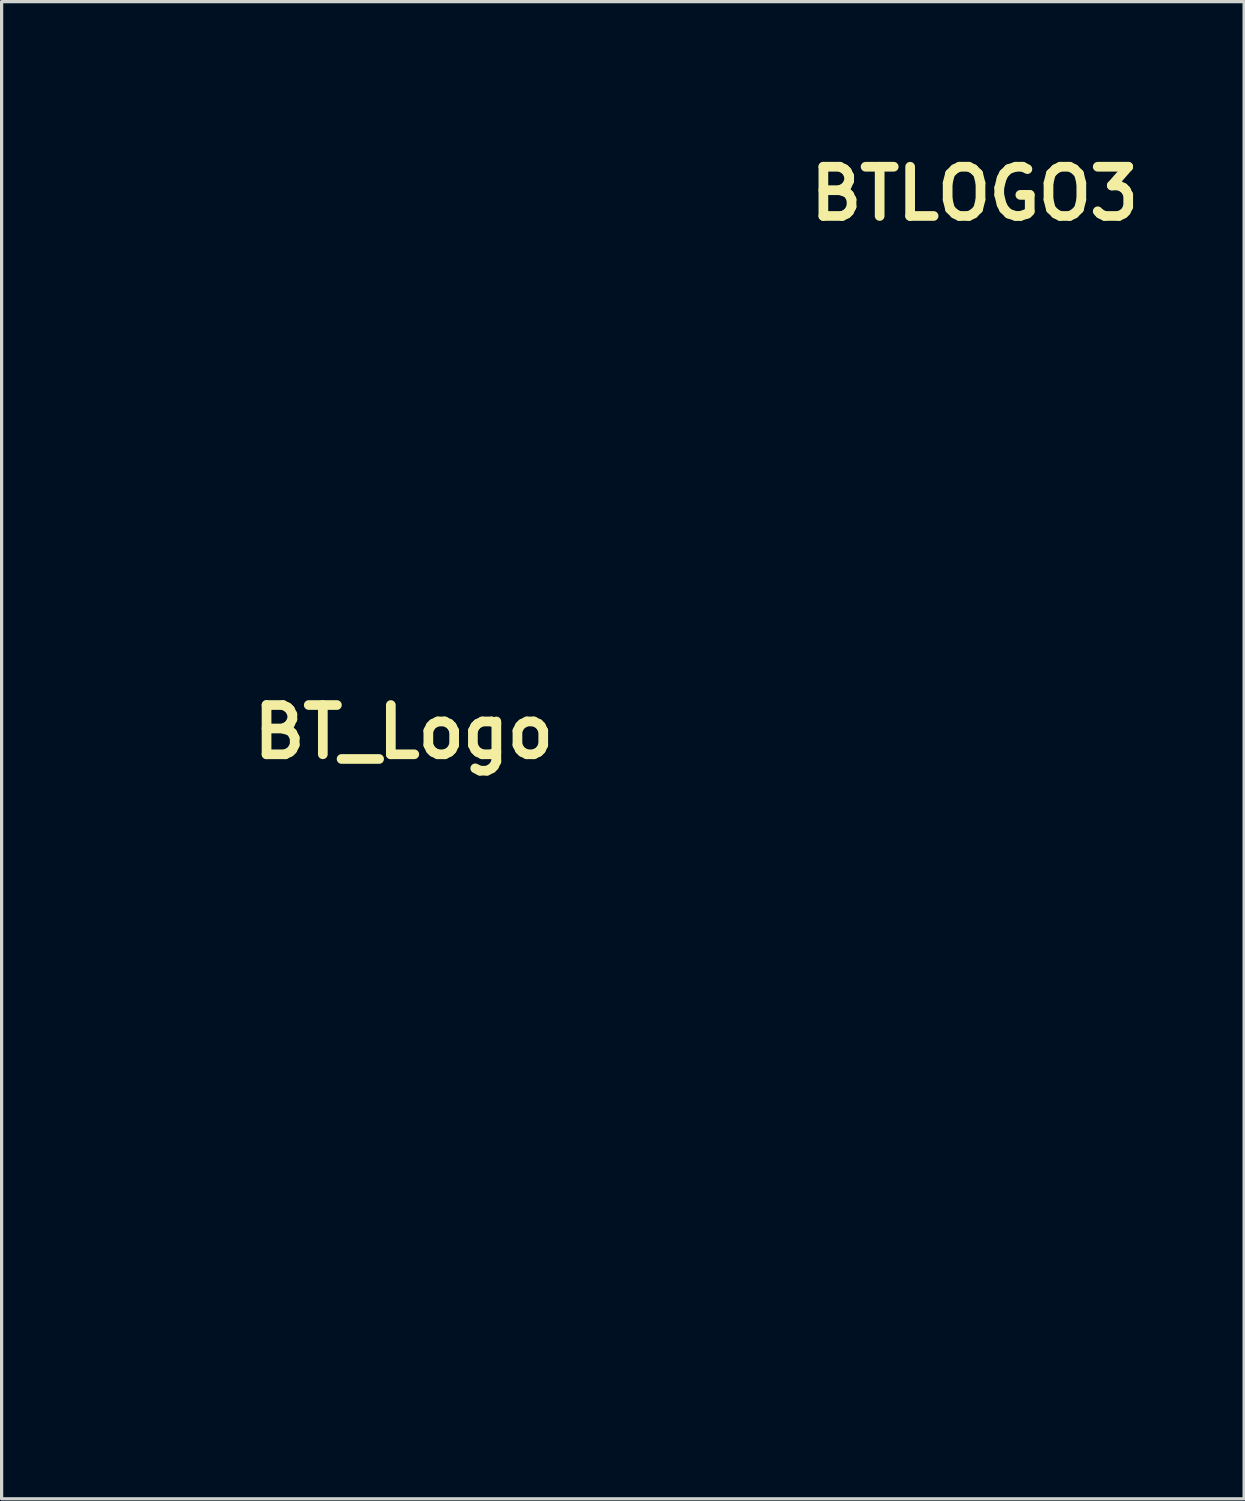
<source format=kicad_pcb>
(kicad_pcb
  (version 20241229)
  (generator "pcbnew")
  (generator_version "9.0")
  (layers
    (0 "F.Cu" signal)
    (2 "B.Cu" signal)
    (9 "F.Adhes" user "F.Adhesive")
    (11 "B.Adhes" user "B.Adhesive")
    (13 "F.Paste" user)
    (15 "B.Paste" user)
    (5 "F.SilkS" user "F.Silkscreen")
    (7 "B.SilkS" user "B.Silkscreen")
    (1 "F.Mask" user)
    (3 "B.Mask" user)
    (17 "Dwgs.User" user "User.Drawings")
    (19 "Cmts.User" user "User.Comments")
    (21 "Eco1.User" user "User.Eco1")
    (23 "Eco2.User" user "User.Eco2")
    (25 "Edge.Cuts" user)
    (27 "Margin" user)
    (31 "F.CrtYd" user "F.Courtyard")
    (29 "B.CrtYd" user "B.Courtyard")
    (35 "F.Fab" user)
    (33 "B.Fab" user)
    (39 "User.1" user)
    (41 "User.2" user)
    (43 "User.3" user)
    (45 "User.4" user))
  (footprint "BTLOGO3"
    (layer "F.Cu")
    (at 27.114 2.945)
    (property "Reference" "BTLOGO3" (at 0 0 0) (layer "F.SilkS") (effects (font (size 1.524 1.524) (thickness 0.3))))
    (attr through_hole)
    (fp_poly (pts (xy -0.219 -2.929) (xy -0.193 -2.901) (xy -0.153 -2.856) (xy -0.101 -2.796) (xy -0.036 -2.722) (xy 0.04 -2.635) (xy 0.125 -2.537) (xy 0.219 -2.428) (xy 0.321 -2.312) (xy 0.428 -2.188) (xy 0.541 -2.057) (xy 0.591 -1.999) (xy 1.398 -1.066) (xy 1.02 -0.696) (xy 0.93 -0.607) (xy 0.838 -0.517) (xy 0.747 -0.429) (xy 0.662 -0.344) (xy 0.584 -0.268) (xy 0.517 -0.203) (xy 0.465 -0.152) (xy 0.461 -0.148) (xy 0.281 0.029) (xy 0.833 0.589) (xy 0.936 0.693) (xy 1.031 0.791) (xy 1.118 0.88) (xy 1.194 0.96) (xy 1.26 1.029) (xy 1.312 1.085) (xy 1.35 1.127) (xy 1.373 1.154) (xy 1.379 1.164) (xy 1.37 1.176) (xy 1.347 1.205) (xy 1.31 1.251) (xy 1.261 1.311) (xy 1.201 1.384) (xy 1.131 1.469) (xy 1.054 1.564) (xy 0.969 1.667) (xy 0.88 1.777) (xy 0.785 1.891) (xy 0.689 2.009) (xy 0.59 2.129) (xy 0.492 2.248) (xy 0.394 2.367) (xy 0.3 2.481) (xy 0.209 2.592) (xy 0.123 2.695) (xy 0.044 2.791) (xy -0.027 2.877) (xy -0.089 2.952) (xy -0.141 3.014) (xy -0.18 3.061) (xy -0.207 3.092) (xy -0.218 3.105) (xy -0.221 3.108) (xy -0.225 3.109) (xy -0.228 3.106) (xy -0.23 3.097) (xy -0.233 3.082) (xy -0.235 3.058) (xy -0.236 3.024) (xy -0.238 2.979) (xy -0.239 2.922) (xy -0.24 2.851) (xy -0.241 2.764) (xy -0.242 2.66) (xy -0.242 2.538) (xy -0.243 2.396) (xy -0.243 2.234) (xy -0.244 2.048) (xy -0.244 1.839) (xy -0.244 1.839) (xy -0.246 1.25) (xy 0.178 1.25) (xy 0.178 1.382) (xy 0.179 1.507) (xy 0.179 1.62) (xy 0.18 1.722) (xy 0.182 1.808) (xy 0.183 1.877) (xy 0.185 1.927) (xy 0.187 1.956) (xy 0.189 1.962) (xy 0.199 1.949) (xy 0.223 1.92) (xy 0.26 1.875) (xy 0.308 1.817) (xy 0.364 1.749) (xy 0.427 1.672) (xy 0.496 1.589) (xy 0.502 1.581) (xy 0.571 1.497) (xy 0.635 1.42) (xy 0.692 1.35) (xy 0.74 1.29) (xy 0.779 1.243) (xy 0.805 1.211) (xy 0.817 1.197) (xy 0.817 1.196) (xy 0.816 1.187) (xy 0.804 1.168) (xy 0.78 1.139) (xy 0.743 1.098) (xy 0.691 1.043) (xy 0.624 0.974) (xy 0.54 0.889) (xy 0.504 0.853) (xy 0.178 0.526) (xy 0.178 1.25) (xy -0.246 1.25) (xy -0.248 0.548) (xy -0.684 0.975) (xy -1.12 1.401) (xy -1.412 1.109) (xy -1.071 0.774) (xy -0.983 0.687) (xy -0.89 0.596) (xy -0.797 0.504) (xy -0.708 0.416) (xy -0.626 0.336) (xy -0.557 0.267) (xy -0.521 0.232) (xy -0.311 0.026) (xy -0.864 -0.527) (xy -1.416 -1.079) (xy -1.122 -1.374) (xy -0.682 -0.931) (xy -0.242 -0.489) (xy -0.242 -1.142) (xy 0.178 -1.142) (xy 0.178 -0.455) (xy 0.502 -0.769) (xy 0.576 -0.842) (xy 0.645 -0.909) (xy 0.706 -0.969) (xy 0.756 -1.018) (xy 0.794 -1.056) (xy 0.818 -1.08) (xy 0.826 -1.089) (xy 0.818 -1.099) (xy 0.795 -1.126) (xy 0.76 -1.167) (xy 0.715 -1.22) (xy 0.662 -1.281) (xy 0.604 -1.349) (xy 0.542 -1.421) (xy 0.478 -1.494) (xy 0.416 -1.566) (xy 0.356 -1.634) (xy 0.302 -1.696) (xy 0.256 -1.748) (xy 0.219 -1.79) (xy 0.194 -1.818) (xy 0.183 -1.829) (xy 0.183 -1.829) (xy 0.182 -1.816) (xy 0.181 -1.781) (xy 0.18 -1.725) (xy 0.18 -1.65) (xy 0.179 -1.559) (xy 0.178 -1.455) (xy 0.178 -1.339) (xy 0.178 -1.213) (xy 0.178 -1.142) (xy -0.242 -1.142) (xy -0.242 -1.718) (xy -0.241 -1.954) (xy -0.241 -2.164) (xy -0.24 -2.348) (xy -0.239 -2.508) (xy -0.238 -2.642) (xy -0.237 -2.752) (xy -0.235 -2.836) (xy -0.233 -2.896) (xy -0.231 -2.93) (xy -0.228 -2.94) (xy -0.219 -2.929)) (stroke (width 0.01) (type solid)) (fill no) (layer "Eco2.User")))
  (footprint "BT_Logo"
    (layer "F.Cu")
    (at 9.445 19.605)
    (property "Reference" "BT_Logo" (at 0 0 0) (layer "F.SilkS") (effects (font (size 1.524 1.524) (thickness 0.3))))
    (attr through_hole)
    (fp_poly (pts (xy -1.457 -19.53) (xy -1.287 -19.34) (xy -1.023 -19.04) (xy -0.67 -18.638) (xy -0.238 -18.143) (xy 0.267 -17.565) (xy 0.836 -16.91) (xy 1.462 -16.19) (xy 2.138 -15.411) (xy 2.855 -14.584) (xy 3.606 -13.717) (xy 3.943 -13.328) (xy 9.323 -7.109) (xy 6.799 -4.637) (xy 6.199 -4.049) (xy 5.586 -3.448) (xy 4.983 -2.857) (xy 4.411 -2.296) (xy 3.892 -1.787) (xy 3.448 -1.352) (xy 3.102 -1.012) (xy 3.074 -0.985) (xy 1.872 0.195) (xy 5.553 3.924) (xy 6.239 4.621) (xy 6.875 5.272) (xy 7.453 5.868) (xy 7.963 6.4) (xy 8.397 6.857) (xy 8.745 7.232) (xy 9 7.514) (xy 9.152 7.693) (xy 9.193 7.761) (xy 9.135 7.837) (xy 8.979 8.033) (xy 8.733 8.337) (xy 8.406 8.74) (xy 8.006 9.23) (xy 7.543 9.796) (xy 7.026 10.428) (xy 6.463 11.115) (xy 5.864 11.845) (xy 5.236 12.609) (xy 4.591 13.394) (xy 3.935 14.192) (xy 3.278 14.989) (xy 2.63 15.777) (xy 1.998 16.543) (xy 1.392 17.278) (xy 0.821 17.969) (xy 0.294 18.607) (xy -0.182 19.181) (xy -0.595 19.679) (xy -0.938 20.092) (xy -1.202 20.407) (xy -1.378 20.615) (xy -1.451 20.698) (xy -1.477 20.721) (xy -1.499 20.727) (xy -1.519 20.705) (xy -1.536 20.648) (xy -1.552 20.544) (xy -1.565 20.385) (xy -1.576 20.161) (xy -1.585 19.862) (xy -1.593 19.48) (xy -1.6 19.004) (xy -1.606 18.425) (xy -1.611 17.734) (xy -1.615 16.921) (xy -1.619 15.977) (xy -1.622 14.891) (xy -1.626 13.656) (xy -1.629 12.261) (xy -1.629 12.259) (xy -1.639 8.332) (xy 1.185 8.332) (xy 1.187 9.215) (xy 1.19 10.044) (xy 1.196 10.802) (xy 1.203 11.477) (xy 1.212 12.052) (xy 1.223 12.514) (xy 1.234 12.847) (xy 1.247 13.037) (xy 1.257 13.077) (xy 1.326 12.995) (xy 1.489 12.797) (xy 1.736 12.499) (xy 2.052 12.114) (xy 2.428 11.658) (xy 2.849 11.146) (xy 3.304 10.593) (xy 3.346 10.541) (xy 3.804 9.983) (xy 4.23 9.464) (xy 4.612 8.999) (xy 4.937 8.602) (xy 5.192 8.29) (xy 5.366 8.077) (xy 5.446 7.978) (xy 5.448 7.975) (xy 5.44 7.913) (xy 5.36 7.788) (xy 5.199 7.593) (xy 4.951 7.317) (xy 4.607 6.954) (xy 4.159 6.494) (xy 3.6 5.928) (xy 3.359 5.685) (xy 1.185 3.506) (xy 1.185 8.332) (xy -1.639 8.332) (xy -1.651 3.652) (xy -4.557 6.497) (xy -7.464 9.342) (xy -8.437 8.369) (xy -9.41 7.395) (xy -7.139 5.159) (xy -6.551 4.579) (xy -5.933 3.971) (xy -5.314 3.362) (xy -4.72 2.776) (xy -4.177 2.241) (xy -3.711 1.783) (xy -3.471 1.547) (xy -2.074 0.172) (xy -5.757 -3.512) (xy -9.44 -7.197) (xy -8.459 -8.177) (xy -7.479 -9.157) (xy -4.546 -6.208) (xy -1.613 -3.26) (xy -1.612 -7.612) (xy 1.185 -7.612) (xy 1.185 -3.032) (xy 3.344 -5.128) (xy 3.843 -5.613) (xy 4.302 -6.061) (xy 4.705 -6.457) (xy 5.041 -6.788) (xy 5.295 -7.041) (xy 5.454 -7.202) (xy 5.503 -7.258) (xy 5.45 -7.328) (xy 5.3 -7.509) (xy 5.068 -7.783) (xy 4.768 -8.133) (xy 4.416 -8.543) (xy 4.025 -8.995) (xy 3.611 -9.473) (xy 3.189 -9.96) (xy 2.772 -10.439) (xy 2.377 -10.892) (xy 2.016 -11.304) (xy 1.706 -11.656) (xy 1.46 -11.933) (xy 1.294 -12.117) (xy 1.222 -12.191) (xy 1.22 -12.192) (xy 1.213 -12.11) (xy 1.207 -11.874) (xy 1.202 -11.499) (xy 1.197 -11.002) (xy 1.193 -10.396) (xy 1.189 -9.699) (xy 1.187 -8.924) (xy 1.186 -8.089) (xy 1.185 -7.612) (xy -1.612 -7.612) (xy -1.611 -11.456) (xy -1.609 -13.025) (xy -1.606 -14.425) (xy -1.602 -15.656) (xy -1.596 -16.72) (xy -1.588 -17.616) (xy -1.578 -18.345) (xy -1.567 -18.907) (xy -1.554 -19.304) (xy -1.539 -19.534) (xy -1.523 -19.6) (xy -1.457 -19.53)) (stroke (width 0.01) (type solid)) (fill no) (layer "Eco2.User")))
  (gr_rect
    (start -3 -3)
    (end 35.455 43.337)
    (stroke (width 0.1) (type default))
    (fill no)
    (layer "Edge.Cuts")))
</source>
